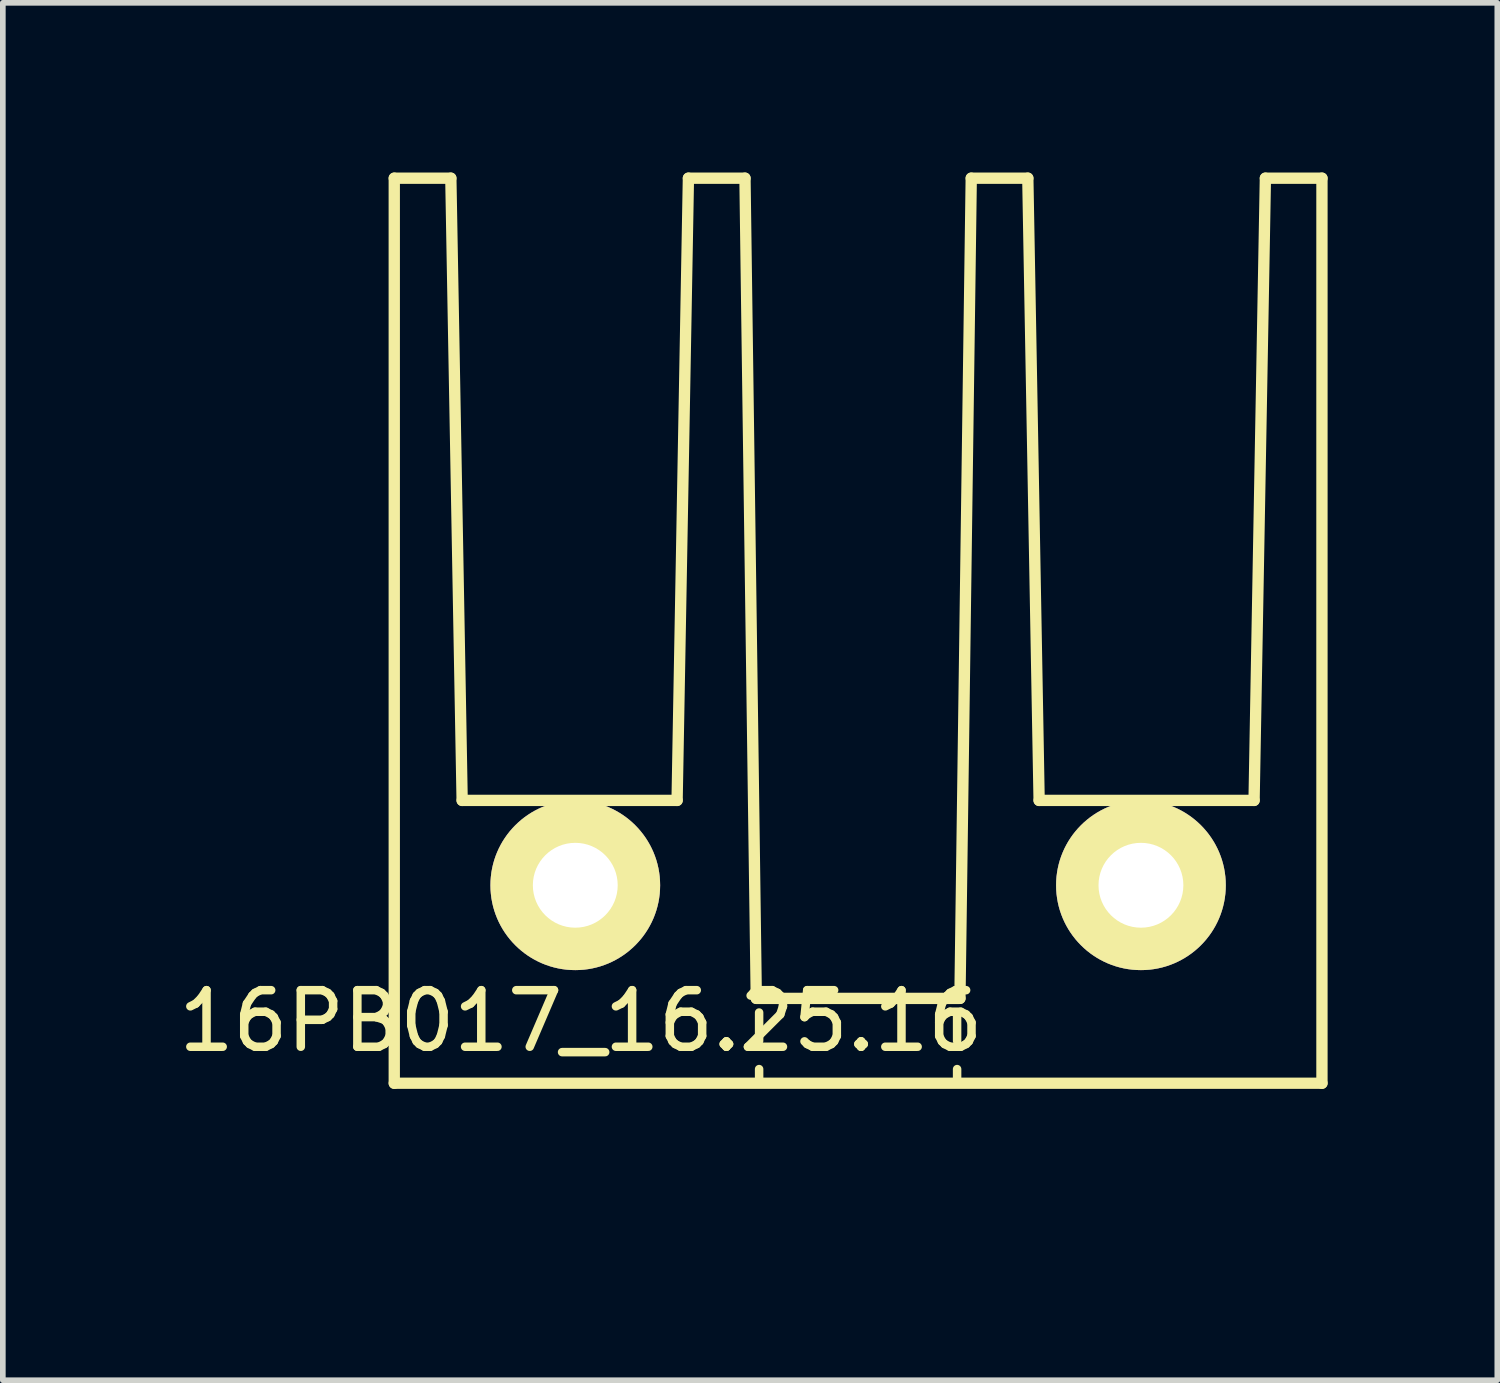
<source format=kicad_pcb>
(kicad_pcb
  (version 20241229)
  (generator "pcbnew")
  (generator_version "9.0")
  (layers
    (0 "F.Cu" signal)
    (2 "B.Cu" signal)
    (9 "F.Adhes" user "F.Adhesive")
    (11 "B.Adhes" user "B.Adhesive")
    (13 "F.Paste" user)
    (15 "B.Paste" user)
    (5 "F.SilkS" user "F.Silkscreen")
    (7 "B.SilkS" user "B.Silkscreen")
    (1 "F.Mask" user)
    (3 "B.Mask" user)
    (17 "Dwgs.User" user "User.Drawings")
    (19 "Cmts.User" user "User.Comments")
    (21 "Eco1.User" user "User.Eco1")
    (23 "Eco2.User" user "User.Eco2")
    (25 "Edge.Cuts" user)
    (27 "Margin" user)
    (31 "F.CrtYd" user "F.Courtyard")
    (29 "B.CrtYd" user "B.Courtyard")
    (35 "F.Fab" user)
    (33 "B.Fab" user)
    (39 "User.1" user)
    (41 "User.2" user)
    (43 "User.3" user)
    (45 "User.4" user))
  (footprint "16PB017_16.25.16"
    (layer "F.Cu")
    (at 12.12 18.1)
    (property "Reference" "16PB017_16.25.16" (at -4.9 -3.1 0) (layer "F.SilkS") (effects (font (size 1 1) (thickness 0.15))))
    (attr through_hole)
    (fp_line (start -8.2 -18) (end -7.2 -18) (stroke (width 0.2) (type solid)) (layer "F.SilkS"))
    (fp_line (start -8.2 -2) (end -8.2 -18) (stroke (width 0.2) (type solid)) (layer "F.SilkS"))
    (fp_line (start -8.2 -2) (end 8.2 -2) (stroke (width 0.2) (type solid)) (layer "F.SilkS"))
    (fp_line (start -7.2 -18) (end -7 -7) (stroke (width 0.2) (type solid)) (layer "F.SilkS"))
    (fp_line (start -7 -7) (end -3.2 -7) (stroke (width 0.2) (type solid)) (layer "F.SilkS"))
    (fp_line (start -3.2 -7) (end -3 -18) (stroke (width 0.2) (type solid)) (layer "F.SilkS"))
    (fp_line (start -2 -18) (end -3 -18) (stroke (width 0.2) (type solid)) (layer "F.SilkS"))
    (fp_line (start -2 -18) (end -1.8 -3.5) (stroke (width 0.2) (type solid)) (layer "F.SilkS"))
    (fp_line (start -1.8 -3.5) (end 1.8 -3.5) (stroke (width 0.2) (type solid)) (layer "F.SilkS"))
    (fp_line (start -1.75 -3.25) (end -1.75 -2.75) (stroke (width 0.15) (type solid)) (layer "F.SilkS"))
    (fp_line (start -1.75 -2.25) (end -1.75 -2) (stroke (width 0.15) (type solid)) (layer "F.SilkS"))
    (fp_line (start 1.75 -3.25) (end 1.75 -2.75) (stroke (width 0.15) (type solid)) (layer "F.SilkS"))
    (fp_line (start 1.75 -2.25) (end 1.75 -2) (stroke (width 0.15) (type solid)) (layer "F.SilkS"))
    (fp_line (start 1.8 -3.5) (end 2 -18) (stroke (width 0.2) (type solid)) (layer "F.SilkS"))
    (fp_line (start 2 -18) (end 3 -18) (stroke (width 0.2) (type solid)) (layer "F.SilkS"))
    (fp_line (start 3 -18) (end 3.2 -7) (stroke (width 0.2) (type solid)) (layer "F.SilkS"))
    (fp_line (start 7 -7) (end 3.2 -7) (stroke (width 0.2) (type solid)) (layer "F.SilkS"))
    (fp_line (start 7.2 -18) (end 7 -7) (stroke (width 0.2) (type solid)) (layer "F.SilkS"))
    (fp_line (start 8.2 -18) (end 7.2 -18) (stroke (width 0.2) (type solid)) (layer "F.SilkS"))
    (fp_line (start 8.2 -2) (end 8.2 -18) (stroke (width 0.2) (type solid)) (layer "F.SilkS"))
    (pad "1" thru_hole circle (at -5 -5.5) (size 3 3) (drill 1.5) (layers "*.Cu" "*.Mask" "F.SilkS"))
    (pad "1" thru_hole circle (at 5 -5.5) (size 3 3) (drill 1.5) (layers "*.Cu" "*.Mask" "F.SilkS")))
  (gr_rect
    (start -3 -3)
    (end 23.42 21.35)
    (stroke (width 0.1) (type default))
    (fill no)
    (layer "Edge.Cuts")))
</source>
